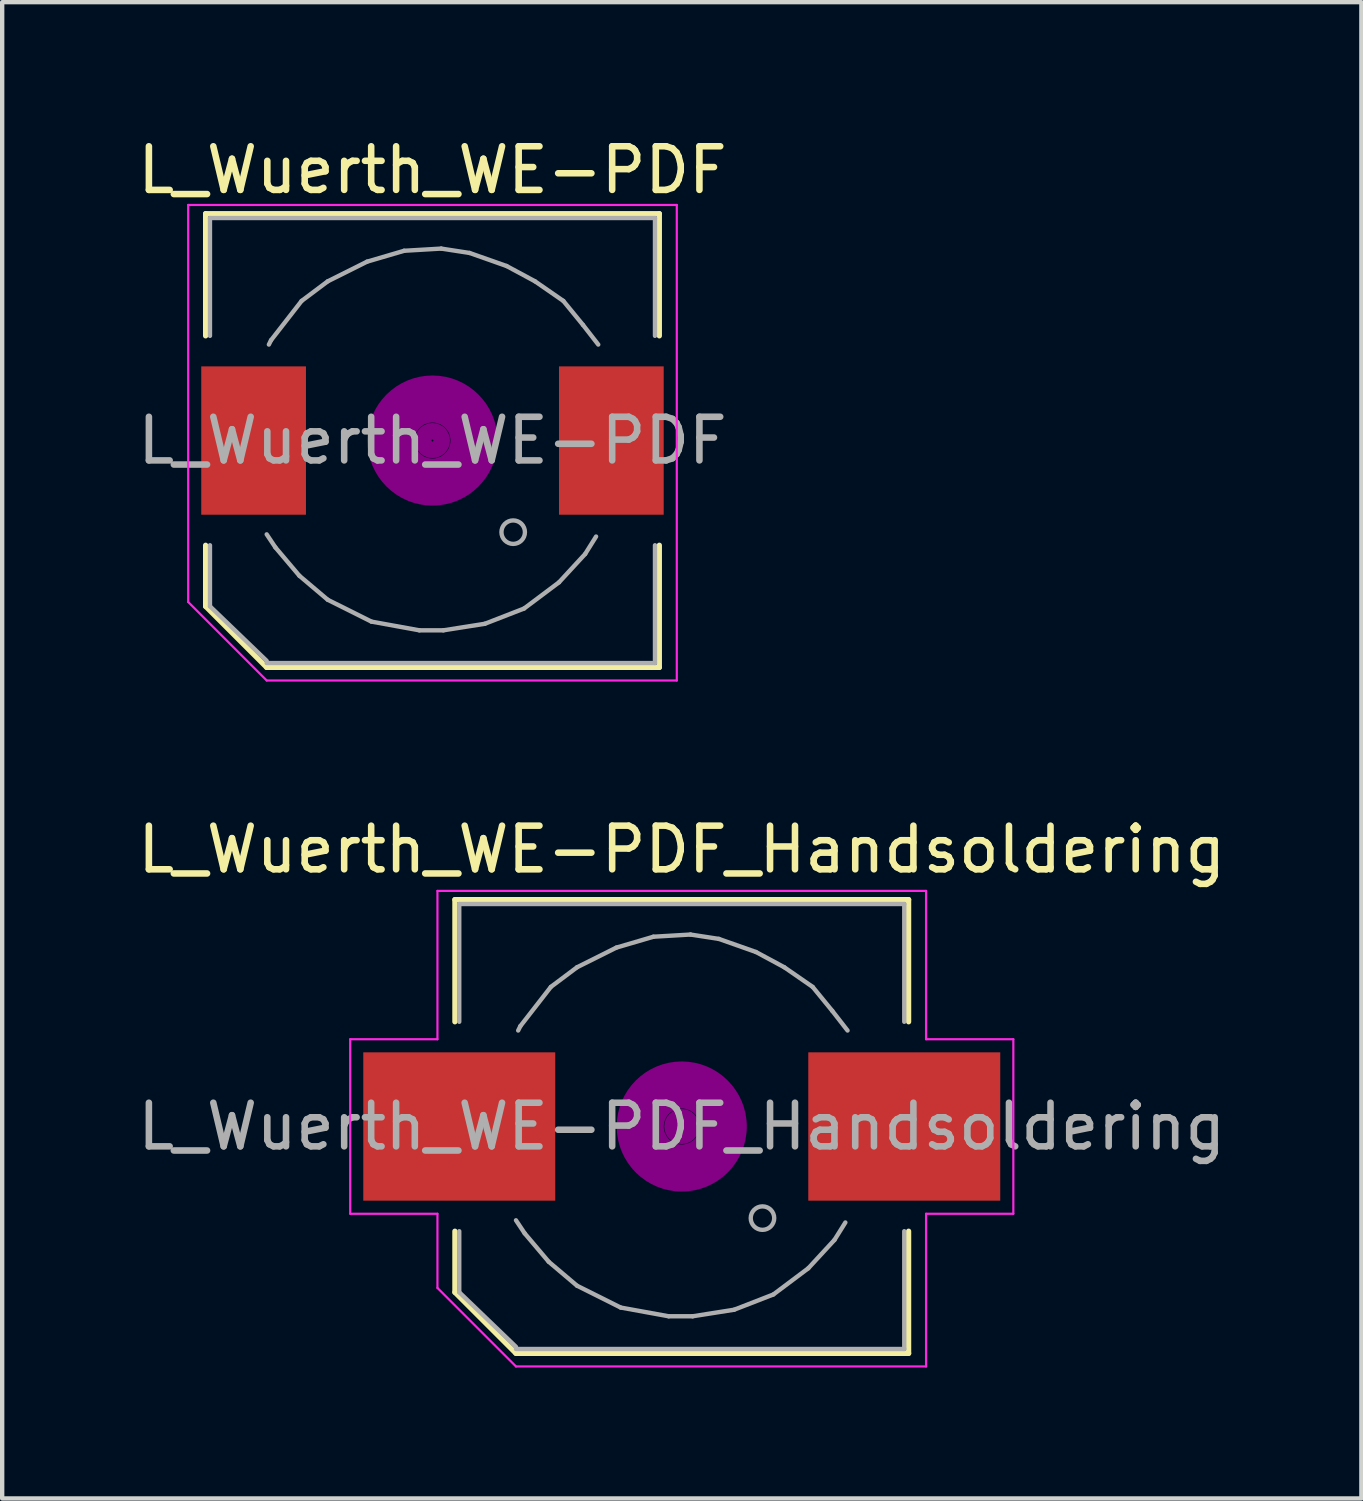
<source format=kicad_pcb>
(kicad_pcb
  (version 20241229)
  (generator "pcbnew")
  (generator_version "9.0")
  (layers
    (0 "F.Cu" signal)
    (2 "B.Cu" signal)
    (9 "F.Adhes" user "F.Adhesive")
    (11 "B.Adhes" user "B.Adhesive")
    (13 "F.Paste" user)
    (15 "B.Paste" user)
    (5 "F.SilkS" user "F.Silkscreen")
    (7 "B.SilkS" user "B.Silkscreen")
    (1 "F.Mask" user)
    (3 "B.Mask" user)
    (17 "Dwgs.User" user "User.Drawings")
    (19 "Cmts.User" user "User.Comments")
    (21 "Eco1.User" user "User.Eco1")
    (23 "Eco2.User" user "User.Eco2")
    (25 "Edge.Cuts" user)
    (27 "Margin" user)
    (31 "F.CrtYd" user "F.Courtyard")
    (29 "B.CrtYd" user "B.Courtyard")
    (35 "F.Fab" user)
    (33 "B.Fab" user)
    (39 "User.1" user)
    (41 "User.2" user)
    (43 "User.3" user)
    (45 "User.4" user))
  (footprint "L_Wuerth_WE-PDF_Handsoldering"
    (layer "F.Cu")
    (at 12.577 22.771)
    (property "Reference" "L_Wuerth_WE-PDF_Handsoldering" (at 0 -6.35 0) (layer "F.SilkS") (effects (font (size 1 1) (thickness 0.15))))
    (attr smd)
    (fp_line (start -5.2 -5.2) (end 5.2 -5.2) (stroke (width 0.12) (type solid)) (layer "F.SilkS"))
    (fp_line (start -5.2 -2.4) (end -5.2 -5.2) (stroke (width 0.12) (type solid)) (layer "F.SilkS"))
    (fp_line (start -5.2 3.8) (end -5.2 2.4) (stroke (width 0.12) (type solid)) (layer "F.SilkS"))
    (fp_line (start -3.8 5.2) (end -5.2 3.8) (stroke (width 0.12) (type solid)) (layer "F.SilkS"))
    (fp_line (start 5.2 -5.2) (end 5.2 -2.4) (stroke (width 0.12) (type solid)) (layer "F.SilkS"))
    (fp_line (start 5.2 2.4) (end 5.2 5.2) (stroke (width 0.12) (type solid)) (layer "F.SilkS"))
    (fp_line (start 5.2 5.2) (end -3.8 5.2) (stroke (width 0.12) (type solid)) (layer "F.SilkS"))
    (fp_circle (center 0 0) (end 0.15 0.15) (stroke (width 0.38) (type solid)) (fill no) (layer "F.Adhes"))
    (fp_circle (center 0 0) (end 0.6 0.05) (stroke (width 0.38) (type solid)) (fill no) (layer "F.Adhes"))
    (fp_circle (center 0 0) (end 0.95 0) (stroke (width 0.38) (type solid)) (fill no) (layer "F.Adhes"))
    (fp_circle (center 0 0) (end 1.3 0.05) (stroke (width 0.38) (type solid)) (fill no) (layer "F.Adhes"))
    (fp_line (start -7.6 -2) (end -5.6 -2) (stroke (width 0.05) (type solid)) (layer "F.CrtYd"))
    (fp_line (start -7.6 2) (end -7.6 -2) (stroke (width 0.05) (type solid)) (layer "F.CrtYd"))
    (fp_line (start -5.6 -5.4) (end 5.6 -5.4) (stroke (width 0.05) (type solid)) (layer "F.CrtYd"))
    (fp_line (start -5.6 -2) (end -5.6 -5.4) (stroke (width 0.05) (type solid)) (layer "F.CrtYd"))
    (fp_line (start -5.6 2) (end -7.6 2) (stroke (width 0.05) (type solid)) (layer "F.CrtYd"))
    (fp_line (start -5.6 3.7) (end -5.6 2) (stroke (width 0.05) (type solid)) (layer "F.CrtYd"))
    (fp_line (start -3.8 5.5) (end -5.6 3.7) (stroke (width 0.05) (type solid)) (layer "F.CrtYd"))
    (fp_line (start 5.6 -5.4) (end 5.6 -2) (stroke (width 0.05) (type solid)) (layer "F.CrtYd"))
    (fp_line (start 5.6 -2) (end 7.6 -2) (stroke (width 0.05) (type solid)) (layer "F.CrtYd"))
    (fp_line (start 5.6 2) (end 5.6 5.5) (stroke (width 0.05) (type solid)) (layer "F.CrtYd"))
    (fp_line (start 5.6 5.5) (end -3.8 5.5) (stroke (width 0.05) (type solid)) (layer "F.CrtYd"))
    (fp_line (start 7.6 -2) (end 7.6 2) (stroke (width 0.05) (type solid)) (layer "F.CrtYd"))
    (fp_line (start 7.6 2) (end 5.6 2) (stroke (width 0.05) (type solid)) (layer "F.CrtYd"))
    (fp_line (start -5.1 -5.1) (end -5.1 -2.4) (stroke (width 0.1) (type solid)) (layer "F.Fab"))
    (fp_line (start -5.1 2.4) (end -5.1 3.8) (stroke (width 0.1) (type solid)) (layer "F.Fab"))
    (fp_line (start -5.1 3.8) (end -3.8 5.05) (stroke (width 0.1) (type solid)) (layer "F.Fab"))
    (fp_line (start -3.8 2.15) (end -3.6 2.45) (stroke (width 0.1) (type solid)) (layer "F.Fab"))
    (fp_line (start -3.7 -2.3) (end -3.75 -2.2) (stroke (width 0.1) (type solid)) (layer "F.Fab"))
    (fp_line (start -3.6 2.45) (end -3.05 3.1) (stroke (width 0.1) (type solid)) (layer "F.Fab"))
    (fp_line (start -3.05 3.1) (end -2.4 3.65) (stroke (width 0.1) (type solid)) (layer "F.Fab"))
    (fp_line (start -3 -3.2) (end -3.7 -2.3) (stroke (width 0.1) (type solid)) (layer "F.Fab"))
    (fp_line (start -2.4 -3.65) (end -3 -3.2) (stroke (width 0.1) (type solid)) (layer "F.Fab"))
    (fp_line (start -2.4 3.65) (end -1.4 4.15) (stroke (width 0.1) (type solid)) (layer "F.Fab"))
    (fp_line (start -1.5 -4.1) (end -2.4 -3.65) (stroke (width 0.1) (type solid)) (layer "F.Fab"))
    (fp_line (start -1.4 4.15) (end -0.3 4.35) (stroke (width 0.1) (type solid)) (layer "F.Fab"))
    (fp_line (start -0.65 -4.35) (end -1.5 -4.1) (stroke (width 0.1) (type solid)) (layer "F.Fab"))
    (fp_line (start -0.3 4.35) (end 0.25 4.35) (stroke (width 0.1) (type solid)) (layer "F.Fab"))
    (fp_line (start 0.2 -4.4) (end -0.65 -4.35) (stroke (width 0.1) (type solid)) (layer "F.Fab"))
    (fp_line (start 0.25 4.35) (end 1.2 4.2) (stroke (width 0.1) (type solid)) (layer "F.Fab"))
    (fp_line (start 0.85 -4.3) (end 0.2 -4.4) (stroke (width 0.1) (type solid)) (layer "F.Fab"))
    (fp_line (start 1.2 4.2) (end 2.1 3.85) (stroke (width 0.1) (type solid)) (layer "F.Fab"))
    (fp_line (start 1.7 -4) (end 0.85 -4.3) (stroke (width 0.1) (type solid)) (layer "F.Fab"))
    (fp_line (start 2.1 3.85) (end 2.9 3.25) (stroke (width 0.1) (type solid)) (layer "F.Fab"))
    (fp_line (start 2.35 -3.65) (end 1.7 -4) (stroke (width 0.1) (type solid)) (layer "F.Fab"))
    (fp_line (start 2.9 3.25) (end 3.5 2.6) (stroke (width 0.1) (type solid)) (layer "F.Fab"))
    (fp_line (start 3 -3.2) (end 2.35 -3.65) (stroke (width 0.1) (type solid)) (layer "F.Fab"))
    (fp_line (start 3.45 -2.65) (end 3 -3.2) (stroke (width 0.1) (type solid)) (layer "F.Fab"))
    (fp_line (start 3.5 2.6) (end 3.75 2.2) (stroke (width 0.1) (type solid)) (layer "F.Fab"))
    (fp_line (start 3.8 -2.2) (end 3.45 -2.65) (stroke (width 0.1) (type solid)) (layer "F.Fab"))
    (fp_line (start 5.1 -5.1) (end -5.1 -5.1) (stroke (width 0.1) (type solid)) (layer "F.Fab"))
    (fp_line (start 5.1 -5.1) (end 5.1 -2.4) (stroke (width 0.1) (type solid)) (layer "F.Fab"))
    (fp_line (start 5.1 5.1) (end -3.8 5.1) (stroke (width 0.1) (type solid)) (layer "F.Fab"))
    (fp_line (start 5.1 5.1) (end 5.1 2.4) (stroke (width 0.1) (type solid)) (layer "F.Fab"))
    (fp_circle (center 1.85 2.1) (end 2.1 2.2) (stroke (width 0.1) (type solid)) (fill no) (layer "F.Fab"))
    (fp_text user "${REFERENCE}" (at 0 0 0) (layer "F.Fab") (effects (font (size 1 1) (thickness 0.15))))
    (pad "1" smd rect (at -5.1 0) (size 4.4 3.4) (layers "F.Cu" "F.Mask" "F.Paste"))
    (pad "2" smd rect (at 5.1 0) (size 4.4 3.4) (layers "F.Cu" "F.Mask" "F.Paste")))
  (footprint "L_Wuerth_WE-PDF"
    (layer "F.Cu")
    (at 6.863 7.048)
    (property "Reference" "L_Wuerth_WE-PDF" (at 0 -6.2 0) (layer "F.SilkS") (effects (font (size 1 1) (thickness 0.15))))
    (attr smd)
    (fp_line (start -5.2 -5.2) (end 5.2 -5.2) (stroke (width 0.12) (type solid)) (layer "F.SilkS"))
    (fp_line (start -5.2 -2.4) (end -5.2 -5.2) (stroke (width 0.12) (type solid)) (layer "F.SilkS"))
    (fp_line (start -5.2 3.8) (end -5.2 2.4) (stroke (width 0.12) (type solid)) (layer "F.SilkS"))
    (fp_line (start -3.8 5.2) (end -5.2 3.8) (stroke (width 0.12) (type solid)) (layer "F.SilkS"))
    (fp_line (start 5.2 -5.2) (end 5.2 -2.4) (stroke (width 0.12) (type solid)) (layer "F.SilkS"))
    (fp_line (start 5.2 2.4) (end 5.2 5.2) (stroke (width 0.12) (type solid)) (layer "F.SilkS"))
    (fp_line (start 5.2 5.2) (end -3.8 5.2) (stroke (width 0.12) (type solid)) (layer "F.SilkS"))
    (fp_circle (center 0 0) (end 0.15 0.15) (stroke (width 0.38) (type solid)) (fill no) (layer "F.Adhes"))
    (fp_circle (center 0 0) (end 0.6 0.05) (stroke (width 0.38) (type solid)) (fill no) (layer "F.Adhes"))
    (fp_circle (center 0 0) (end 0.95 0) (stroke (width 0.38) (type solid)) (fill no) (layer "F.Adhes"))
    (fp_circle (center 0 0) (end 1.3 0.05) (stroke (width 0.38) (type solid)) (fill no) (layer "F.Adhes"))
    (fp_line (start -5.6 -5.4) (end 5.6 -5.4) (stroke (width 0.05) (type solid)) (layer "F.CrtYd"))
    (fp_line (start -5.6 3.7) (end -5.6 -5.4) (stroke (width 0.05) (type solid)) (layer "F.CrtYd"))
    (fp_line (start -3.8 5.5) (end -5.6 3.7) (stroke (width 0.05) (type solid)) (layer "F.CrtYd"))
    (fp_line (start 5.6 -5.4) (end 5.6 5.5) (stroke (width 0.05) (type solid)) (layer "F.CrtYd"))
    (fp_line (start 5.6 5.5) (end -3.8 5.5) (stroke (width 0.05) (type solid)) (layer "F.CrtYd"))
    (fp_line (start -5.1 -5.1) (end -5.1 -2.4) (stroke (width 0.1) (type solid)) (layer "F.Fab"))
    (fp_line (start -5.1 2.4) (end -5.1 3.8) (stroke (width 0.1) (type solid)) (layer "F.Fab"))
    (fp_line (start -5.1 3.8) (end -3.8 5.05) (stroke (width 0.1) (type solid)) (layer "F.Fab"))
    (fp_line (start -3.8 2.15) (end -3.6 2.45) (stroke (width 0.1) (type solid)) (layer "F.Fab"))
    (fp_line (start -3.7 -2.3) (end -3.75 -2.2) (stroke (width 0.1) (type solid)) (layer "F.Fab"))
    (fp_line (start -3.6 2.45) (end -3.05 3.1) (stroke (width 0.1) (type solid)) (layer "F.Fab"))
    (fp_line (start -3.05 3.1) (end -2.4 3.65) (stroke (width 0.1) (type solid)) (layer "F.Fab"))
    (fp_line (start -3 -3.2) (end -3.7 -2.3) (stroke (width 0.1) (type solid)) (layer "F.Fab"))
    (fp_line (start -2.4 -3.65) (end -3 -3.2) (stroke (width 0.1) (type solid)) (layer "F.Fab"))
    (fp_line (start -2.4 3.65) (end -1.4 4.15) (stroke (width 0.1) (type solid)) (layer "F.Fab"))
    (fp_line (start -1.5 -4.1) (end -2.4 -3.65) (stroke (width 0.1) (type solid)) (layer "F.Fab"))
    (fp_line (start -1.4 4.15) (end -0.3 4.35) (stroke (width 0.1) (type solid)) (layer "F.Fab"))
    (fp_line (start -0.65 -4.35) (end -1.5 -4.1) (stroke (width 0.1) (type solid)) (layer "F.Fab"))
    (fp_line (start -0.3 4.35) (end 0.25 4.35) (stroke (width 0.1) (type solid)) (layer "F.Fab"))
    (fp_line (start 0.2 -4.4) (end -0.65 -4.35) (stroke (width 0.1) (type solid)) (layer "F.Fab"))
    (fp_line (start 0.25 4.35) (end 1.2 4.2) (stroke (width 0.1) (type solid)) (layer "F.Fab"))
    (fp_line (start 0.85 -4.3) (end 0.2 -4.4) (stroke (width 0.1) (type solid)) (layer "F.Fab"))
    (fp_line (start 1.2 4.2) (end 2.1 3.85) (stroke (width 0.1) (type solid)) (layer "F.Fab"))
    (fp_line (start 1.7 -4) (end 0.85 -4.3) (stroke (width 0.1) (type solid)) (layer "F.Fab"))
    (fp_line (start 2.1 3.85) (end 2.9 3.25) (stroke (width 0.1) (type solid)) (layer "F.Fab"))
    (fp_line (start 2.35 -3.65) (end 1.7 -4) (stroke (width 0.1) (type solid)) (layer "F.Fab"))
    (fp_line (start 2.9 3.25) (end 3.5 2.6) (stroke (width 0.1) (type solid)) (layer "F.Fab"))
    (fp_line (start 3 -3.2) (end 2.35 -3.65) (stroke (width 0.1) (type solid)) (layer "F.Fab"))
    (fp_line (start 3.45 -2.65) (end 3 -3.2) (stroke (width 0.1) (type solid)) (layer "F.Fab"))
    (fp_line (start 3.5 2.6) (end 3.75 2.2) (stroke (width 0.1) (type solid)) (layer "F.Fab"))
    (fp_line (start 3.8 -2.2) (end 3.45 -2.65) (stroke (width 0.1) (type solid)) (layer "F.Fab"))
    (fp_line (start 5.1 -5.1) (end -5.1 -5.1) (stroke (width 0.1) (type solid)) (layer "F.Fab"))
    (fp_line (start 5.1 -5.1) (end 5.1 -2.4) (stroke (width 0.1) (type solid)) (layer "F.Fab"))
    (fp_line (start 5.1 5.1) (end -3.8 5.1) (stroke (width 0.1) (type solid)) (layer "F.Fab"))
    (fp_line (start 5.1 5.1) (end 5.1 2.4) (stroke (width 0.1) (type solid)) (layer "F.Fab"))
    (fp_circle (center 1.85 2.1) (end 2.1 2.2) (stroke (width 0.1) (type solid)) (fill no) (layer "F.Fab"))
    (fp_text user "${REFERENCE}" (at 0 0 0) (layer "F.Fab") (effects (font (size 1 1) (thickness 0.15))))
    (pad "1" smd rect (at -4.1 0) (size 2.4 3.4) (layers "F.Cu" "F.Mask" "F.Paste"))
    (pad "2" smd rect (at 4.1 0) (size 2.4 3.4) (layers "F.Cu" "F.Mask" "F.Paste")))
  (gr_rect
    (start -3 -3)
    (end 28.155 31.297)
    (stroke (width 0.1) (type default))
    (fill no)
    (layer "Edge.Cuts")))
</source>
